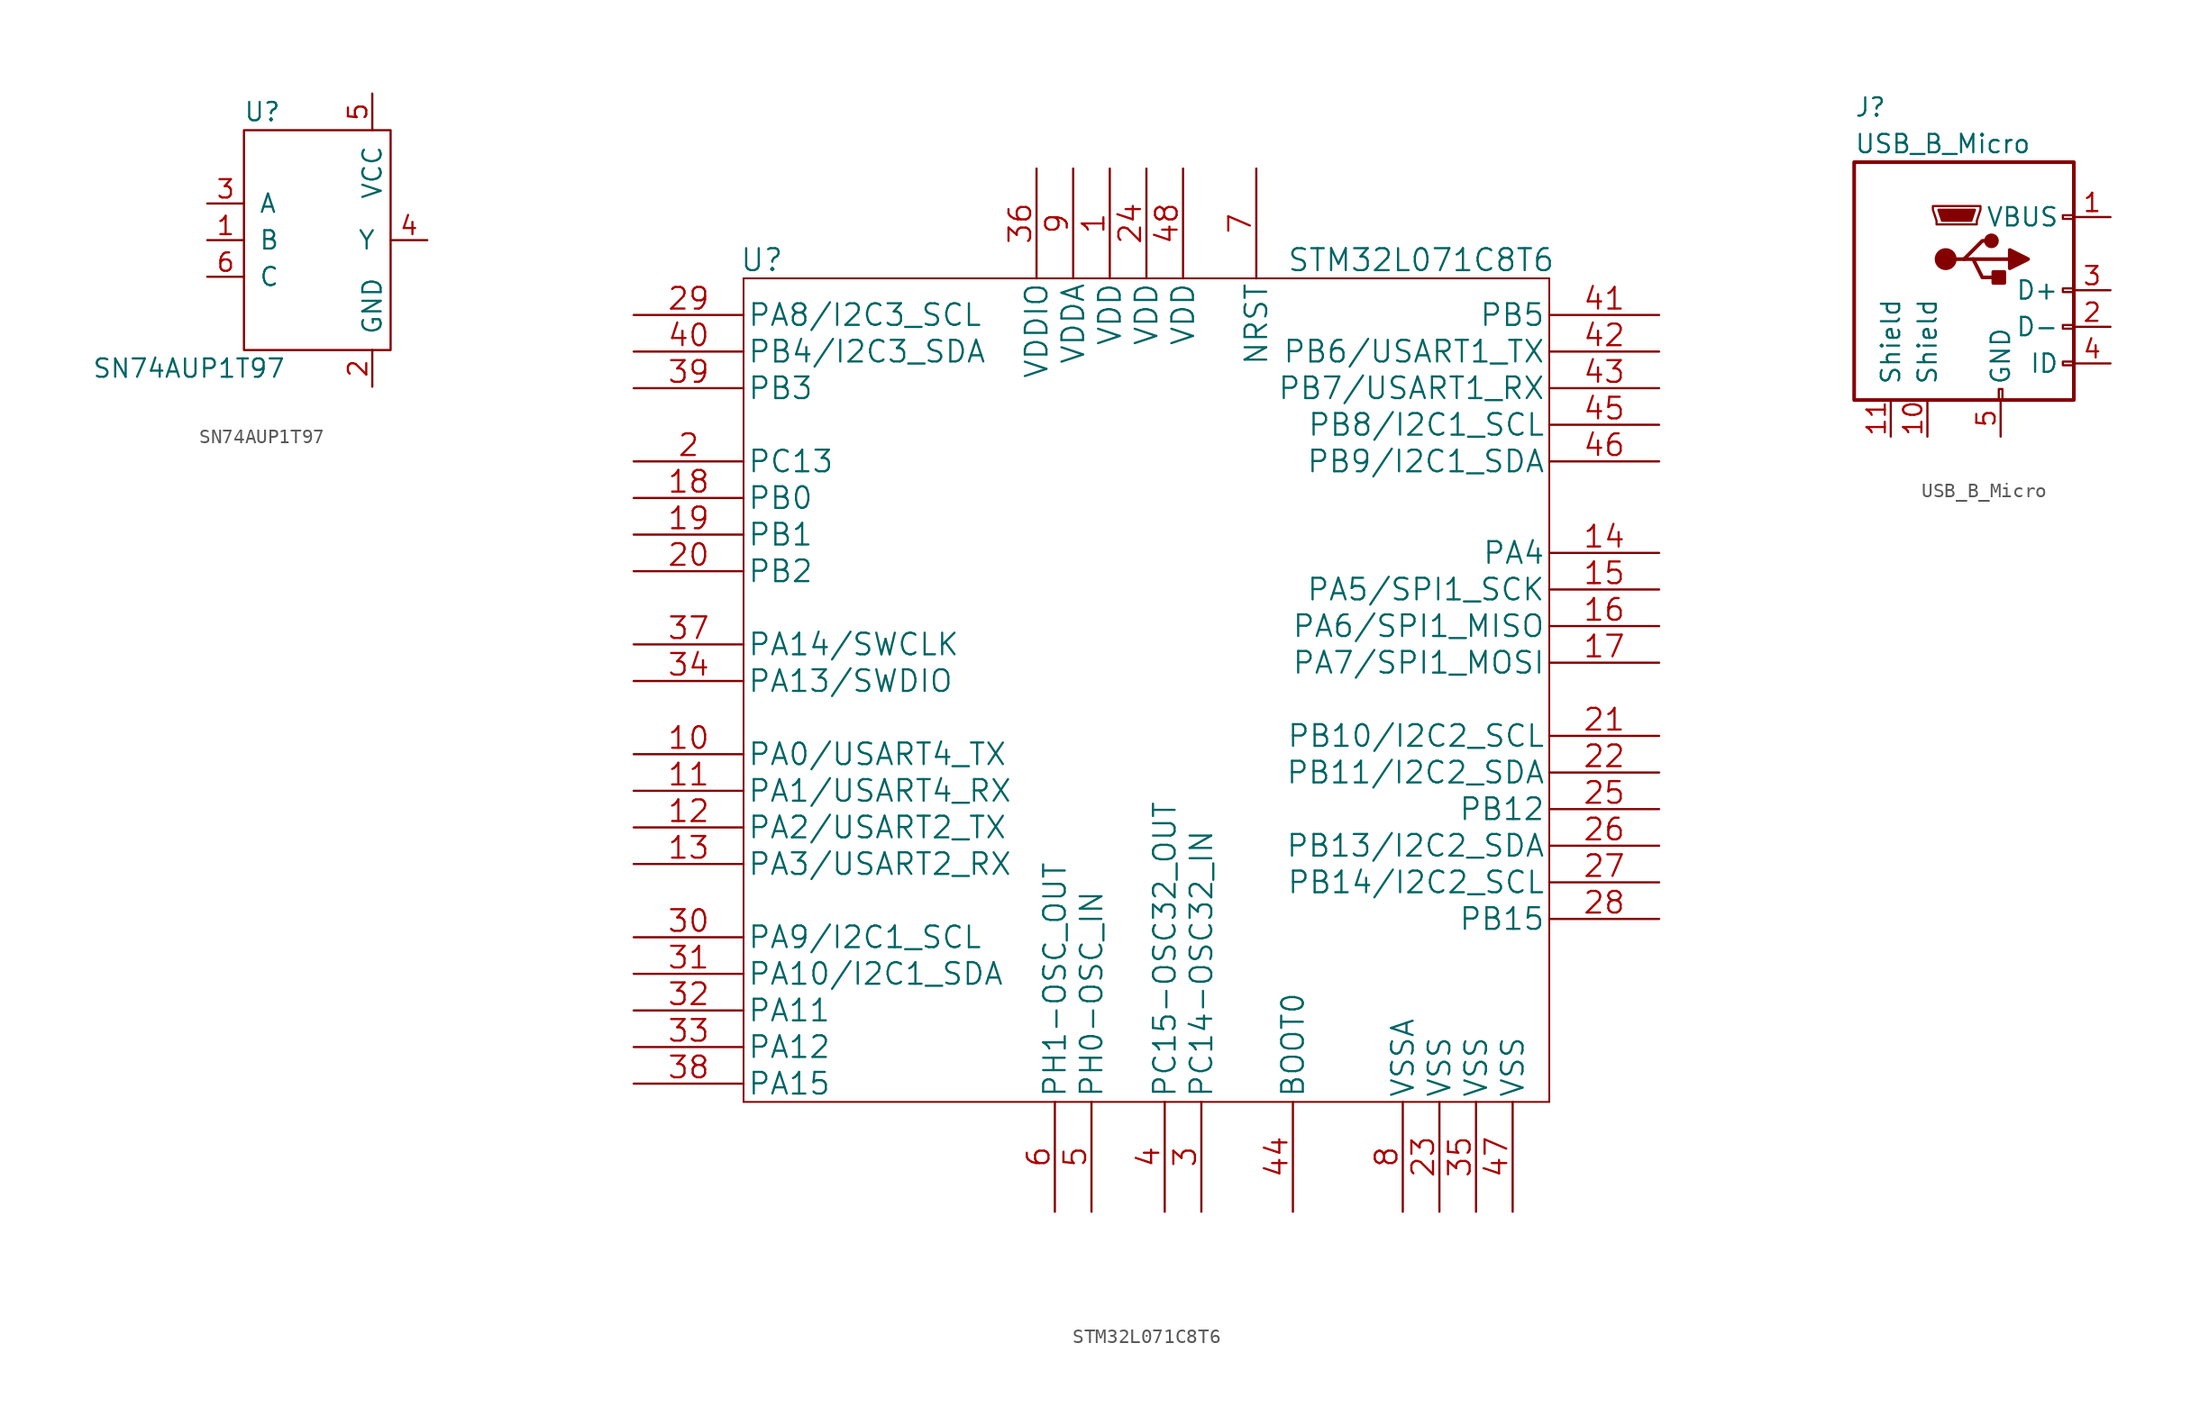
<source format=kicad_sym>
(kicad_symbol_lib
  (version 20220102)
  (generator kicad_symbol_editor)
  (symbol "SN74AUP1T97"
    (pin_names
      (offset 1.016))
    (property "Reference" "U"
      (at 3.81 11.43 0)
      (effects (font (size 1.27 1.27))))
    (property "Value" "SN74AUP1T97"
      (at -1.27 -6.35 0)
      (effects (font (size 1.27 1.27))))
    (symbol "SN74AUP1T97_0_0"
      (rectangle (start 2.54 10.16) (end 12.7 -5.08) (stroke (width 0) (type default)) (fill (type none))))
    (symbol "SN74AUP1T97_1_1"
      (pin input line (at 0 2.54 0) (length 2.54) (name "B" (effects (font (size 1.27 1.27)))) (number "1" (effects (font (size 1.27 1.27)))))
      (pin power_in line (at 11.43 -7.62 90) (length 2.54) (name "GND" (effects (font (size 1.27 1.27)))) (number "2" (effects (font (size 1.27 1.27)))))
      (pin input line (at 0 5.08 0) (length 2.54) (name "A" (effects (font (size 1.27 1.27)))) (number "3" (effects (font (size 1.27 1.27)))))
      (pin output line (at 15.24 2.54 180) (length 2.54) (name "Y" (effects (font (size 1.27 1.27)))) (number "4" (effects (font (size 1.27 1.27)))))
      (pin power_in line (at 11.43 12.7 270) (length 2.54) (name "VCC" (effects (font (size 1.27 1.27)))) (number "5" (effects (font (size 1.27 1.27)))))
      (pin input line (at 0 0 0) (length 2.54) (name "C" (effects (font (size 1.27 1.27)))) (number "6" (effects (font (size 1.27 1.27)))))))
  (symbol "STM32L071C8T6"
    (pin_names
      (offset 0.254))
    (property "Reference" "U"
      (at 8.89 3.81 0)
      (effects (font (size 1.524 1.524))))
    (property "Value" "STM32L071C8T6"
      (at 54.61 3.81 0)
      (effects (font (size 1.524 1.524))))
    (symbol "STM32L071C8T6_1_1"
      (polyline (pts (xy 7.62 -54.61) (xy 63.5 -54.61)) (stroke (width 0.127) (type default)) (fill (type none)))
      (polyline (pts (xy 7.62 2.54) (xy 7.62 -54.61)) (stroke (width 0.127) (type default)) (fill (type none)))
      (polyline (pts (xy 63.5 -54.61) (xy 63.5 2.54)) (stroke (width 0.127) (type default)) (fill (type none)))
      (polyline (pts (xy 63.5 2.54) (xy 7.62 2.54)) (stroke (width 0.127) (type default)) (fill (type none)))
      (pin power_in line (at 33.02 10.16 270) (length 7.62) (name "VDD" (effects (font (size 1.499 1.499)))) (number "1" (effects (font (size 1.499 1.499)))))
      (pin bidirectional line (at 0 -30.48 0) (length 7.62) (name "PA0/USART4_TX" (effects (font (size 1.499 1.499)))) (number "10" (effects (font (size 1.499 1.499)))))
      (pin bidirectional line (at 0 -33.02 0) (length 7.62) (name "PA1/USART4_RX" (effects (font (size 1.499 1.499)))) (number "11" (effects (font (size 1.499 1.499)))))
      (pin bidirectional line (at 0 -35.56 0) (length 7.62) (name "PA2/USART2_TX" (effects (font (size 1.499 1.499)))) (number "12" (effects (font (size 1.499 1.499)))))
      (pin bidirectional line (at 0 -38.1 0) (length 7.62) (name "PA3/USART2_RX" (effects (font (size 1.499 1.499)))) (number "13" (effects (font (size 1.499 1.499)))))
      (pin bidirectional line (at 71.12 -16.51 180) (length 7.62) (name "PA4" (effects (font (size 1.499 1.499)))) (number "14" (effects (font (size 1.499 1.499)))))
      (pin bidirectional line (at 71.12 -19.05 180) (length 7.62) (name "PA5/SPI1_SCK" (effects (font (size 1.499 1.499)))) (number "15" (effects (font (size 1.499 1.499)))))
      (pin bidirectional line (at 71.12 -21.59 180) (length 7.62) (name "PA6/SPI1_MISO" (effects (font (size 1.499 1.499)))) (number "16" (effects (font (size 1.499 1.499)))))
      (pin bidirectional line (at 71.12 -24.13 180) (length 7.62) (name "PA7/SPI1_MOSI" (effects (font (size 1.499 1.499)))) (number "17" (effects (font (size 1.499 1.499)))))
      (pin bidirectional line (at 0 -12.7 0) (length 7.62) (name "PB0" (effects (font (size 1.499 1.499)))) (number "18" (effects (font (size 1.499 1.499)))))
      (pin bidirectional line (at 0 -15.24 0) (length 7.62) (name "PB1" (effects (font (size 1.499 1.499)))) (number "19" (effects (font (size 1.499 1.499)))))
      (pin bidirectional line (at 0 -10.16 0) (length 7.62) (name "PC13" (effects (font (size 1.499 1.499)))) (number "2" (effects (font (size 1.499 1.499)))))
      (pin bidirectional line (at 0 -17.78 0) (length 7.62) (name "PB2" (effects (font (size 1.499 1.499)))) (number "20" (effects (font (size 1.499 1.499)))))
      (pin bidirectional line (at 71.12 -29.21 180) (length 7.62) (name "PB10/I2C2_SCL" (effects (font (size 1.499 1.499)))) (number "21" (effects (font (size 1.499 1.499)))))
      (pin bidirectional line (at 71.12 -31.75 180) (length 7.62) (name "PB11/I2C2_SDA" (effects (font (size 1.499 1.499)))) (number "22" (effects (font (size 1.499 1.499)))))
      (pin power_in line (at 55.88 -62.23 90) (length 7.62) (name "VSS" (effects (font (size 1.499 1.499)))) (number "23" (effects (font (size 1.499 1.499)))))
      (pin power_in line (at 35.56 10.16 270) (length 7.62) (name "VDD" (effects (font (size 1.499 1.499)))) (number "24" (effects (font (size 1.499 1.499)))))
      (pin bidirectional line (at 71.12 -34.29 180) (length 7.62) (name "PB12" (effects (font (size 1.499 1.499)))) (number "25" (effects (font (size 1.499 1.499)))))
      (pin bidirectional line (at 71.12 -36.83 180) (length 7.62) (name "PB13/I2C2_SDA" (effects (font (size 1.499 1.499)))) (number "26" (effects (font (size 1.499 1.499)))))
      (pin bidirectional line (at 71.12 -39.37 180) (length 7.62) (name "PB14/I2C2_SCL" (effects (font (size 1.499 1.499)))) (number "27" (effects (font (size 1.499 1.499)))))
      (pin bidirectional line (at 71.12 -41.91 180) (length 7.62) (name "PB15" (effects (font (size 1.499 1.499)))) (number "28" (effects (font (size 1.499 1.499)))))
      (pin bidirectional line (at 0 0 0) (length 7.62) (name "PA8/I2C3_SCL" (effects (font (size 1.499 1.499)))) (number "29" (effects (font (size 1.499 1.499)))))
      (pin bidirectional line (at 39.37 -62.23 90) (length 7.62) (name "PC14-OSC32_IN" (effects (font (size 1.499 1.499)))) (number "3" (effects (font (size 1.499 1.499)))))
      (pin bidirectional line (at 0 -43.18 0) (length 7.62) (name "PA9/I2C1_SCL" (effects (font (size 1.499 1.499)))) (number "30" (effects (font (size 1.499 1.499)))))
      (pin bidirectional line (at 0 -45.72 0) (length 7.62) (name "PA10/I2C1_SDA" (effects (font (size 1.499 1.499)))) (number "31" (effects (font (size 1.499 1.499)))))
      (pin bidirectional line (at 0 -48.26 0) (length 7.62) (name "PA11" (effects (font (size 1.499 1.499)))) (number "32" (effects (font (size 1.499 1.499)))))
      (pin bidirectional line (at 0 -50.8 0) (length 7.62) (name "PA12" (effects (font (size 1.499 1.499)))) (number "33" (effects (font (size 1.499 1.499)))))
      (pin bidirectional line (at 0 -25.4 0) (length 7.62) (name "PA13/SWDIO" (effects (font (size 1.499 1.499)))) (number "34" (effects (font (size 1.499 1.499)))))
      (pin power_in line (at 58.42 -62.23 90) (length 7.62) (name "VSS" (effects (font (size 1.499 1.499)))) (number "35" (effects (font (size 1.499 1.499)))))
      (pin power_in line (at 27.94 10.16 270) (length 7.62) (name "VDDIO" (effects (font (size 1.499 1.499)))) (number "36" (effects (font (size 1.499 1.499)))))
      (pin bidirectional line (at 0 -22.86 0) (length 7.62) (name "PA14/SWCLK" (effects (font (size 1.499 1.499)))) (number "37" (effects (font (size 1.499 1.499)))))
      (pin bidirectional line (at 0 -53.34 0) (length 7.62) (name "PA15" (effects (font (size 1.499 1.499)))) (number "38" (effects (font (size 1.499 1.499)))))
      (pin bidirectional line (at 0 -5.08 0) (length 7.62) (name "PB3" (effects (font (size 1.499 1.499)))) (number "39" (effects (font (size 1.499 1.499)))))
      (pin bidirectional line (at 36.83 -62.23 90) (length 7.62) (name "PC15-OSC32_OUT" (effects (font (size 1.499 1.499)))) (number "4" (effects (font (size 1.499 1.499)))))
      (pin bidirectional line (at 0 -2.54 0) (length 7.62) (name "PB4/I2C3_SDA" (effects (font (size 1.499 1.499)))) (number "40" (effects (font (size 1.499 1.499)))))
      (pin bidirectional line (at 71.12 0 180) (length 7.62) (name "PB5" (effects (font (size 1.499 1.499)))) (number "41" (effects (font (size 1.499 1.499)))))
      (pin bidirectional line (at 71.12 -2.54 180) (length 7.62) (name "PB6/USART1_TX" (effects (font (size 1.499 1.499)))) (number "42" (effects (font (size 1.499 1.499)))))
      (pin bidirectional line (at 71.12 -5.08 180) (length 7.62) (name "PB7/USART1_RX" (effects (font (size 1.499 1.499)))) (number "43" (effects (font (size 1.499 1.499)))))
      (pin input line (at 45.72 -62.23 90) (length 7.62) (name "BOOT0" (effects (font (size 1.499 1.499)))) (number "44" (effects (font (size 1.499 1.499)))))
      (pin bidirectional line (at 71.12 -7.62 180) (length 7.62) (name "PB8/I2C1_SCL" (effects (font (size 1.499 1.499)))) (number "45" (effects (font (size 1.499 1.499)))))
      (pin bidirectional line (at 71.12 -10.16 180) (length 7.62) (name "PB9/I2C1_SDA" (effects (font (size 1.499 1.499)))) (number "46" (effects (font (size 1.499 1.499)))))
      (pin power_in line (at 60.96 -62.23 90) (length 7.62) (name "VSS" (effects (font (size 1.499 1.499)))) (number "47" (effects (font (size 1.499 1.499)))))
      (pin power_in line (at 38.1 10.16 270) (length 7.62) (name "VDD" (effects (font (size 1.499 1.499)))) (number "48" (effects (font (size 1.499 1.499)))))
      (pin bidirectional line (at 31.75 -62.23 90) (length 7.62) (name "PH0-OSC_IN" (effects (font (size 1.499 1.499)))) (number "5" (effects (font (size 1.499 1.499)))))
      (pin bidirectional line (at 29.21 -62.23 90) (length 7.62) (name "PH1-OSC_OUT" (effects (font (size 1.499 1.499)))) (number "6" (effects (font (size 1.499 1.499)))))
      (pin bidirectional line (at 43.18 10.16 270) (length 7.62) (name "NRST" (effects (font (size 1.499 1.499)))) (number "7" (effects (font (size 1.499 1.499)))))
      (pin power_in line (at 53.34 -62.23 90) (length 7.62) (name "VSSA" (effects (font (size 1.499 1.499)))) (number "8" (effects (font (size 1.499 1.499)))))
      (pin power_in line (at 30.48 10.16 270) (length 7.62) (name "VDDA" (effects (font (size 1.499 1.499)))) (number "9" (effects (font (size 1.499 1.499)))))))
  (symbol "USB_B_Micro"
    (pin_names
      (offset 1.016))
    (property "Reference" "J"
      (at -10.16 12.7 0)
      (effects (font (size 1.27 1.27)) (justify left)))
    (property "Value" "USB_B_Micro"
      (at -10.16 10.16 0)
      (effects (font (size 1.27 1.27)) (justify left)))
    (symbol "USB_B_Micro_0_1"
      (rectangle (start -10.16 -7.62) (end 5.08 8.89) (stroke (width 0.254) (type default)) (fill (type none)))
      (circle (center -3.81 2.159) (radius 0.635) (stroke (width 0.254) (type default)) (fill (type outline)))
      (circle (center -0.635 3.429) (radius 0.381) (stroke (width 0.254) (type default)) (fill (type outline)))
      (rectangle (start -0.127 -7.62) (end 0.127 -6.858) (stroke (width 0) (type default)) (fill (type none)))
      (polyline (pts (xy -1.905 2.159) (xy 0.635 2.159)) (stroke (width 0.254) (type default)) (fill (type none)))
      (polyline (pts (xy -3.175 2.159) (xy -2.54 2.159) (xy -1.27 3.429) (xy -0.635 3.429)) (stroke (width 0.254) (type default)) (fill (type none)))
      (polyline (pts (xy -2.54 2.159) (xy -1.905 2.159) (xy -1.27 0.889) (xy 0 0.889)) (stroke (width 0.254) (type default)) (fill (type none)))
      (polyline (pts (xy 0.635 2.794) (xy 0.635 1.524) (xy 1.905 2.159) (xy 0.635 2.794)) (stroke (width 0.254) (type default)) (fill (type outline)))
      (polyline (pts (xy -4.318 5.588) (xy -1.778 5.588) (xy -2.032 4.826) (xy -4.064 4.826) (xy -4.318 5.588)) (stroke (width 0) (type default)) (fill (type outline)))
      (polyline (pts (xy -4.699 5.842) (xy -4.699 5.588) (xy -4.445 4.826) (xy -4.445 4.572) (xy -1.651 4.572) (xy -1.651 4.826) (xy -1.397 5.588) (xy -1.397 5.842) (xy -4.699 5.842)) (stroke (width 0) (type default)) (fill (type none)))
      (rectangle (start 0.254 1.27) (end -0.508 0.508) (stroke (width 0.254) (type default)) (fill (type outline)))
      (rectangle (start 5.08 -5.207) (end 4.318 -4.953) (stroke (width 0) (type default)) (fill (type none)))
      (rectangle (start 5.08 -2.667) (end 4.318 -2.413) (stroke (width 0) (type default)) (fill (type none)))
      (rectangle (start 5.08 -0.127) (end 4.318 0.127) (stroke (width 0) (type default)) (fill (type none)))
      (rectangle (start 5.08 4.953) (end 4.318 5.207) (stroke (width 0) (type default)) (fill (type none))))
    (symbol "USB_B_Micro_1_1"
      (pin power_out line (at 7.62 5.08 180) (length 2.54) (name "VBUS" (effects (font (size 1.27 1.27)))) (number "1" (effects (font (size 1.27 1.27)))))
      (pin passive line (at -5.08 -10.16 90) (length 2.54) (name "Shield" (effects (font (size 1.27 1.27)))) (number "10" (effects (font (size 1.27 1.27)))))
      (pin passive line (at -7.62 -10.16 90) (length 2.54) (name "Shield" (effects (font (size 1.27 1.27)))) (number "11" (effects (font (size 1.27 1.27)))))
      (pin bidirectional line (at 7.62 -2.54 180) (length 2.54) (name "D-" (effects (font (size 1.27 1.27)))) (number "2" (effects (font (size 1.27 1.27)))))
      (pin bidirectional line (at 7.62 0 180) (length 2.54) (name "D+" (effects (font (size 1.27 1.27)))) (number "3" (effects (font (size 1.27 1.27)))))
      (pin passive line (at 7.62 -5.08 180) (length 2.54) (name "ID" (effects (font (size 1.27 1.27)))) (number "4" (effects (font (size 1.27 1.27)))))
      (pin power_out line (at 0 -10.16 90) (length 2.54) (name "GND" (effects (font (size 1.27 1.27)))) (number "5" (effects (font (size 1.27 1.27))))))))
</source>
